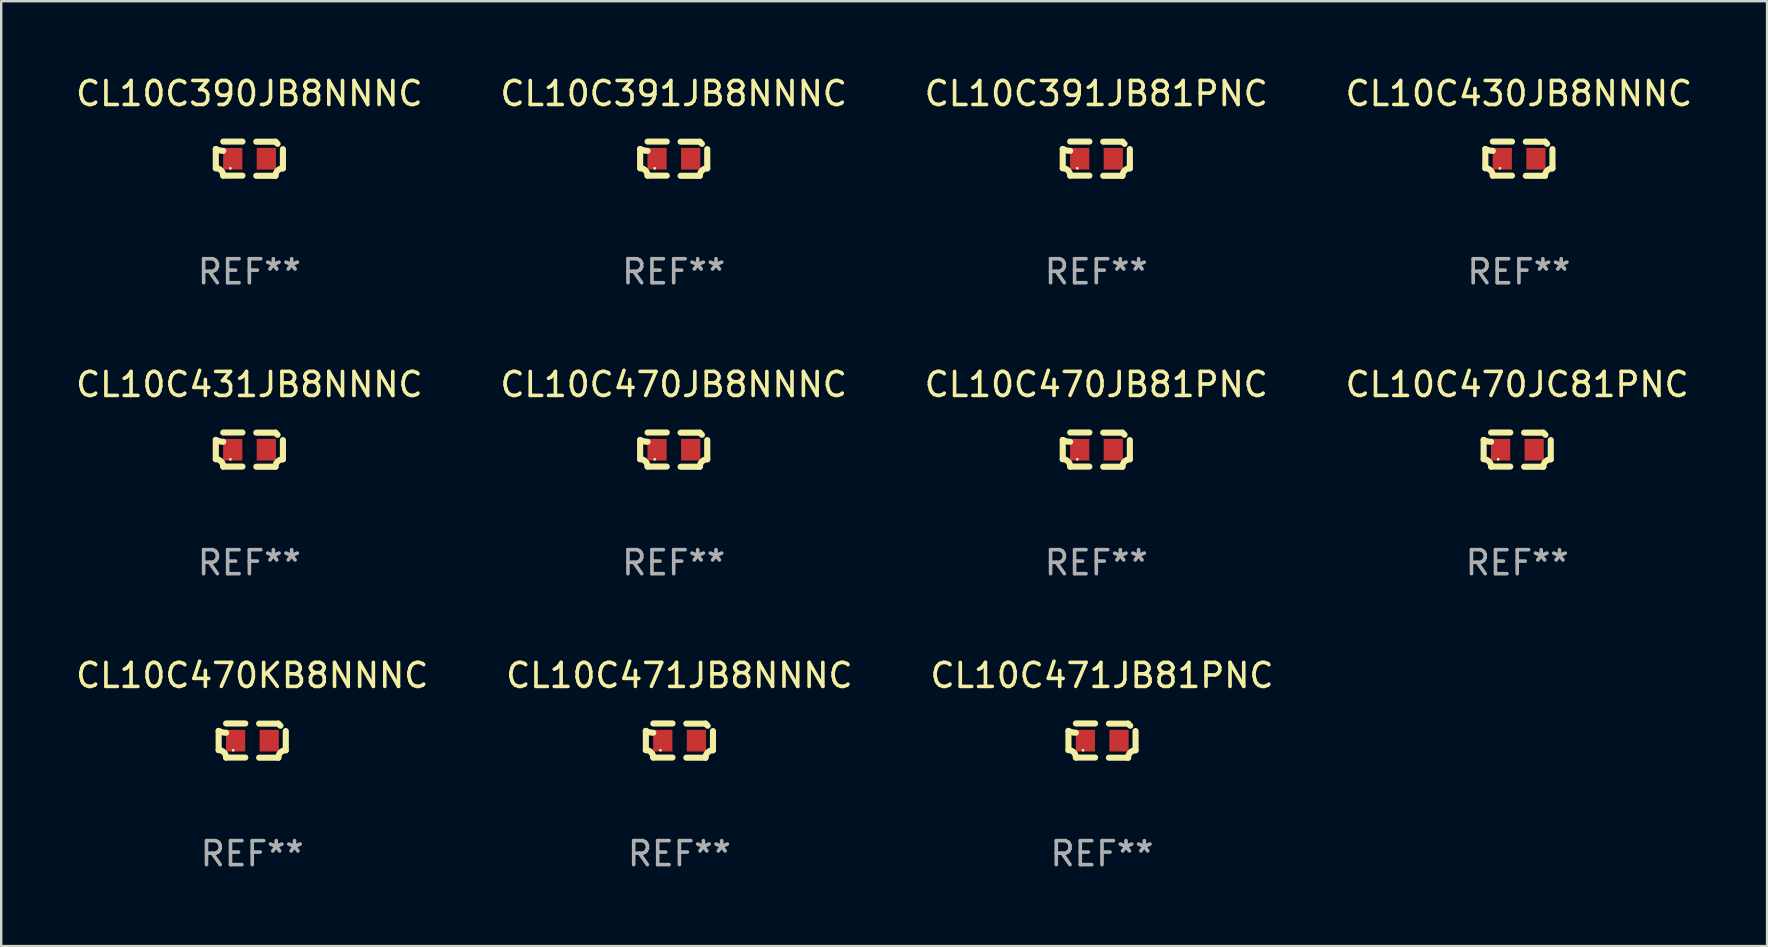
<source format=kicad_pcb>
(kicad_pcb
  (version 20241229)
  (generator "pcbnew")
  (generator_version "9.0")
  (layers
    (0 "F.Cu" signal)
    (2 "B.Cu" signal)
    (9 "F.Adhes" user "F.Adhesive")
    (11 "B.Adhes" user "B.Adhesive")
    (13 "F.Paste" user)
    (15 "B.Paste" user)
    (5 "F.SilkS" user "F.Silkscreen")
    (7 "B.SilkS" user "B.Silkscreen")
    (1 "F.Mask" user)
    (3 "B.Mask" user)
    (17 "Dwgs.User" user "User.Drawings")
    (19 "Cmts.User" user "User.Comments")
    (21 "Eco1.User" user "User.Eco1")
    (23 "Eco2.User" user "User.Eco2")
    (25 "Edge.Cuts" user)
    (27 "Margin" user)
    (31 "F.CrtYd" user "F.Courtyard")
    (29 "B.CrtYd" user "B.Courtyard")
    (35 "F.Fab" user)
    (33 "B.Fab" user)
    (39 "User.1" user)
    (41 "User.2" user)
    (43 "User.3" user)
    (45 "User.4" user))
  (footprint "CL10C470JB81PNC"
    (layer "F.Cu")
    (at 42.625 15.683)
    (property "Reference" "CL10C470JB81PNC" (at 0 -2.713 0) (layer "F.SilkS") (effects (font (size 1 1) (thickness 0.15))))
    (attr through_hole)
    (fp_line (start -1.398 -0.403) (end -1.398 0.397) (stroke (width 0.254) (type solid)) (layer "F.SilkS"))
    (fp_line (start -0.288 -0.713) (end -1.088 -0.713) (stroke (width 0.254) (type solid)) (layer "F.SilkS"))
    (fp_line (start -0.288 0.707) (end -1.088 0.707) (stroke (width 0.254) (type solid)) (layer "F.SilkS"))
    (fp_line (start 0.288 -0.707) (end 1.088 -0.707) (stroke (width 0.254) (type solid)) (layer "F.SilkS"))
    (fp_line (start 0.288 0.713) (end 1.088 0.713) (stroke (width 0.254) (type solid)) (layer "F.SilkS"))
    (fp_line (start 1.398 -0.397) (end 1.398 0.403) (stroke (width 0.254) (type solid)) (layer "F.SilkS"))
    (fp_arc (start -1.397789 0.397066) (mid -1.178701 0.487826) (end -1.08796 0.706922) (stroke (width 0.254001) (type solid)) (layer "F.SilkS"))
    (fp_arc (start -1.08796 -0.327176) (mid -1.247436 -0.346384) (end -1.39779 -0.402908) (stroke (width 0.254001) (type solid)) (layer "F.SilkS"))
    (fp_arc (start 1.087909 0.712738) (mid 1.178656 0.493655) (end 1.397739 0.402908) (stroke (width 0.254001) (type solid)) (layer "F.SilkS"))
    (fp_arc (start 1.175925 -0.618926) (mid 1.131917 -0.662923) (end 1.08791 -0.706922) (stroke (width 0.254001) (type solid)) (layer "F.SilkS"))
    (fp_circle (center -0.792 0.403) (end -0.762 0.403) (stroke (width 0.06) (type solid)) (fill no) (layer "F.SilkS"))
    (fp_text user "REF**" (at 0 4.713 0) (layer "F.Fab") (effects (font (size 1 1) (thickness 0.15))))
    (pad "1" smd rect (at -0.692 0.003) (size 0.8 0.9) (layers "F.Cu" "F.Mask" "F.Paste"))
    (pad "2" smd rect (at 0.708 0.003) (size 0.8 0.9) (layers "F.Cu" "F.Mask" "F.Paste")))
  (footprint "CL10C430JB8NNNC"
    (layer "F.Cu")
    (at 60.232 3.561)
    (property "Reference" "CL10C430JB8NNNC" (at 0 -2.713 0) (layer "F.SilkS") (effects (font (size 1 1) (thickness 0.15))))
    (attr through_hole)
    (fp_line (start -1.398 -0.403) (end -1.398 0.397) (stroke (width 0.254) (type solid)) (layer "F.SilkS"))
    (fp_line (start -0.288 -0.713) (end -1.088 -0.713) (stroke (width 0.254) (type solid)) (layer "F.SilkS"))
    (fp_line (start -0.288 0.707) (end -1.088 0.707) (stroke (width 0.254) (type solid)) (layer "F.SilkS"))
    (fp_line (start 0.288 -0.707) (end 1.088 -0.707) (stroke (width 0.254) (type solid)) (layer "F.SilkS"))
    (fp_line (start 0.288 0.713) (end 1.088 0.713) (stroke (width 0.254) (type solid)) (layer "F.SilkS"))
    (fp_line (start 1.398 -0.397) (end 1.398 0.403) (stroke (width 0.254) (type solid)) (layer "F.SilkS"))
    (fp_arc (start -1.397789 0.397066) (mid -1.178701 0.487826) (end -1.08796 0.706922) (stroke (width 0.254001) (type solid)) (layer "F.SilkS"))
    (fp_arc (start -1.08796 -0.327176) (mid -1.247436 -0.346384) (end -1.39779 -0.402908) (stroke (width 0.254001) (type solid)) (layer "F.SilkS"))
    (fp_arc (start 1.087909 0.712738) (mid 1.178656 0.493655) (end 1.397739 0.402908) (stroke (width 0.254001) (type solid)) (layer "F.SilkS"))
    (fp_arc (start 1.175925 -0.618926) (mid 1.131917 -0.662923) (end 1.08791 -0.706922) (stroke (width 0.254001) (type solid)) (layer "F.SilkS"))
    (fp_circle (center -0.792 0.403) (end -0.762 0.403) (stroke (width 0.06) (type solid)) (fill no) (layer "F.SilkS"))
    (fp_text user "REF**" (at 0 4.713 0) (layer "F.Fab") (effects (font (size 1 1) (thickness 0.15))))
    (pad "1" smd rect (at -0.692 0.003) (size 0.8 0.9) (layers "F.Cu" "F.Mask" "F.Paste"))
    (pad "2" smd rect (at 0.708 0.003) (size 0.8 0.9) (layers "F.Cu" "F.Mask" "F.Paste")))
  (footprint "CL10C470JC81PNC"
    (layer "F.Cu")
    (at 60.161 15.683)
    (property "Reference" "CL10C470JC81PNC" (at 0 -2.713 0) (layer "F.SilkS") (effects (font (size 1 1) (thickness 0.15))))
    (attr through_hole)
    (fp_line (start -1.398 -0.403) (end -1.398 0.397) (stroke (width 0.254) (type solid)) (layer "F.SilkS"))
    (fp_line (start -0.288 -0.713) (end -1.088 -0.713) (stroke (width 0.254) (type solid)) (layer "F.SilkS"))
    (fp_line (start -0.288 0.707) (end -1.088 0.707) (stroke (width 0.254) (type solid)) (layer "F.SilkS"))
    (fp_line (start 0.288 -0.707) (end 1.088 -0.707) (stroke (width 0.254) (type solid)) (layer "F.SilkS"))
    (fp_line (start 0.288 0.713) (end 1.088 0.713) (stroke (width 0.254) (type solid)) (layer "F.SilkS"))
    (fp_line (start 1.398 -0.397) (end 1.398 0.403) (stroke (width 0.254) (type solid)) (layer "F.SilkS"))
    (fp_arc (start -1.397789 0.397066) (mid -1.178701 0.487826) (end -1.08796 0.706922) (stroke (width 0.254001) (type solid)) (layer "F.SilkS"))
    (fp_arc (start -1.08796 -0.327176) (mid -1.247436 -0.346384) (end -1.39779 -0.402908) (stroke (width 0.254001) (type solid)) (layer "F.SilkS"))
    (fp_arc (start 1.087909 0.712738) (mid 1.178656 0.493655) (end 1.397739 0.402908) (stroke (width 0.254001) (type solid)) (layer "F.SilkS"))
    (fp_arc (start 1.175925 -0.618926) (mid 1.131917 -0.662923) (end 1.08791 -0.706922) (stroke (width 0.254001) (type solid)) (layer "F.SilkS"))
    (fp_circle (center -0.792 0.403) (end -0.762 0.403) (stroke (width 0.06) (type solid)) (fill no) (layer "F.SilkS"))
    (fp_text user "REF**" (at 0 4.713 0) (layer "F.Fab") (effects (font (size 1 1) (thickness 0.15))))
    (pad "1" smd rect (at -0.692 0.003) (size 0.8 0.9) (layers "F.Cu" "F.Mask" "F.Paste"))
    (pad "2" smd rect (at 0.708 0.003) (size 0.8 0.9) (layers "F.Cu" "F.Mask" "F.Paste")))
  (footprint "CL10C431JB8NNNC"
    (layer "F.Cu")
    (at 7.339 15.683)
    (property "Reference" "CL10C431JB8NNNC" (at 0 -2.713 0) (layer "F.SilkS") (effects (font (size 1 1) (thickness 0.15))))
    (attr through_hole)
    (fp_line (start -1.398 -0.403) (end -1.398 0.397) (stroke (width 0.254) (type solid)) (layer "F.SilkS"))
    (fp_line (start -0.288 -0.713) (end -1.088 -0.713) (stroke (width 0.254) (type solid)) (layer "F.SilkS"))
    (fp_line (start -0.288 0.707) (end -1.088 0.707) (stroke (width 0.254) (type solid)) (layer "F.SilkS"))
    (fp_line (start 0.288 -0.707) (end 1.088 -0.707) (stroke (width 0.254) (type solid)) (layer "F.SilkS"))
    (fp_line (start 0.288 0.713) (end 1.088 0.713) (stroke (width 0.254) (type solid)) (layer "F.SilkS"))
    (fp_line (start 1.398 -0.397) (end 1.398 0.403) (stroke (width 0.254) (type solid)) (layer "F.SilkS"))
    (fp_arc (start -1.397789 0.397066) (mid -1.178701 0.487826) (end -1.08796 0.706922) (stroke (width 0.254001) (type solid)) (layer "F.SilkS"))
    (fp_arc (start -1.08796 -0.327176) (mid -1.247436 -0.346384) (end -1.39779 -0.402908) (stroke (width 0.254001) (type solid)) (layer "F.SilkS"))
    (fp_arc (start 1.087909 0.712738) (mid 1.178656 0.493655) (end 1.397739 0.402908) (stroke (width 0.254001) (type solid)) (layer "F.SilkS"))
    (fp_arc (start 1.175925 -0.618926) (mid 1.131917 -0.662923) (end 1.08791 -0.706922) (stroke (width 0.254001) (type solid)) (layer "F.SilkS"))
    (fp_circle (center -0.792 0.403) (end -0.762 0.403) (stroke (width 0.06) (type solid)) (fill no) (layer "F.SilkS"))
    (fp_text user "REF**" (at 0 4.713 0) (layer "F.Fab") (effects (font (size 1 1) (thickness 0.15))))
    (pad "1" smd rect (at -0.692 0.003) (size 0.8 0.9) (layers "F.Cu" "F.Mask" "F.Paste"))
    (pad "2" smd rect (at 0.708 0.003) (size 0.8 0.9) (layers "F.Cu" "F.Mask" "F.Paste")))
  (footprint "CL10C471JB81PNC"
    (layer "F.Cu")
    (at 42.863 27.805)
    (property "Reference" "CL10C471JB81PNC" (at 0 -2.713 0) (layer "F.SilkS") (effects (font (size 1 1) (thickness 0.15))))
    (attr through_hole)
    (fp_line (start -1.398 -0.403) (end -1.398 0.397) (stroke (width 0.254) (type solid)) (layer "F.SilkS"))
    (fp_line (start -0.288 -0.713) (end -1.088 -0.713) (stroke (width 0.254) (type solid)) (layer "F.SilkS"))
    (fp_line (start -0.288 0.707) (end -1.088 0.707) (stroke (width 0.254) (type solid)) (layer "F.SilkS"))
    (fp_line (start 0.288 -0.707) (end 1.088 -0.707) (stroke (width 0.254) (type solid)) (layer "F.SilkS"))
    (fp_line (start 0.288 0.713) (end 1.088 0.713) (stroke (width 0.254) (type solid)) (layer "F.SilkS"))
    (fp_line (start 1.398 -0.397) (end 1.398 0.403) (stroke (width 0.254) (type solid)) (layer "F.SilkS"))
    (fp_arc (start -1.397789 0.397066) (mid -1.178701 0.487826) (end -1.08796 0.706922) (stroke (width 0.254001) (type solid)) (layer "F.SilkS"))
    (fp_arc (start -1.08796 -0.327176) (mid -1.247436 -0.346384) (end -1.39779 -0.402908) (stroke (width 0.254001) (type solid)) (layer "F.SilkS"))
    (fp_arc (start 1.087909 0.712738) (mid 1.178656 0.493655) (end 1.397739 0.402908) (stroke (width 0.254001) (type solid)) (layer "F.SilkS"))
    (fp_arc (start 1.175925 -0.618926) (mid 1.131917 -0.662923) (end 1.08791 -0.706922) (stroke (width 0.254001) (type solid)) (layer "F.SilkS"))
    (fp_circle (center -0.792 0.403) (end -0.762 0.403) (stroke (width 0.06) (type solid)) (fill no) (layer "F.SilkS"))
    (fp_text user "REF**" (at 0 4.713 0) (layer "F.Fab") (effects (font (size 1 1) (thickness 0.15))))
    (pad "1" smd rect (at -0.692 0.003) (size 0.8 0.9) (layers "F.Cu" "F.Mask" "F.Paste"))
    (pad "2" smd rect (at 0.708 0.003) (size 0.8 0.9) (layers "F.Cu" "F.Mask" "F.Paste")))
  (footprint "CL10C470JB8NNNC"
    (layer "F.Cu")
    (at 25.018 15.683)
    (property "Reference" "CL10C470JB8NNNC" (at 0 -2.713 0) (layer "F.SilkS") (effects (font (size 1 1) (thickness 0.15))))
    (attr through_hole)
    (fp_line (start -1.398 -0.403) (end -1.398 0.397) (stroke (width 0.254) (type solid)) (layer "F.SilkS"))
    (fp_line (start -0.288 -0.713) (end -1.088 -0.713) (stroke (width 0.254) (type solid)) (layer "F.SilkS"))
    (fp_line (start -0.288 0.707) (end -1.088 0.707) (stroke (width 0.254) (type solid)) (layer "F.SilkS"))
    (fp_line (start 0.288 -0.707) (end 1.088 -0.707) (stroke (width 0.254) (type solid)) (layer "F.SilkS"))
    (fp_line (start 0.288 0.713) (end 1.088 0.713) (stroke (width 0.254) (type solid)) (layer "F.SilkS"))
    (fp_line (start 1.398 -0.397) (end 1.398 0.403) (stroke (width 0.254) (type solid)) (layer "F.SilkS"))
    (fp_arc (start -1.397789 0.397066) (mid -1.178701 0.487826) (end -1.08796 0.706922) (stroke (width 0.254001) (type solid)) (layer "F.SilkS"))
    (fp_arc (start -1.08796 -0.327176) (mid -1.247436 -0.346384) (end -1.39779 -0.402908) (stroke (width 0.254001) (type solid)) (layer "F.SilkS"))
    (fp_arc (start 1.087909 0.712738) (mid 1.178656 0.493655) (end 1.397739 0.402908) (stroke (width 0.254001) (type solid)) (layer "F.SilkS"))
    (fp_arc (start 1.175925 -0.618926) (mid 1.131917 -0.662923) (end 1.08791 -0.706922) (stroke (width 0.254001) (type solid)) (layer "F.SilkS"))
    (fp_circle (center -0.792 0.403) (end -0.762 0.403) (stroke (width 0.06) (type solid)) (fill no) (layer "F.SilkS"))
    (fp_text user "REF**" (at 0 4.713 0) (layer "F.Fab") (effects (font (size 1 1) (thickness 0.15))))
    (pad "1" smd rect (at -0.692 0.003) (size 0.8 0.9) (layers "F.Cu" "F.Mask" "F.Paste"))
    (pad "2" smd rect (at 0.708 0.003) (size 0.8 0.9) (layers "F.Cu" "F.Mask" "F.Paste")))
  (footprint "CL10C390JB8NNNC"
    (layer "F.Cu")
    (at 7.339 3.561)
    (property "Reference" "CL10C390JB8NNNC" (at 0 -2.713 0) (layer "F.SilkS") (effects (font (size 1 1) (thickness 0.15))))
    (attr through_hole)
    (fp_line (start -1.398 -0.403) (end -1.398 0.397) (stroke (width 0.254) (type solid)) (layer "F.SilkS"))
    (fp_line (start -0.288 -0.713) (end -1.088 -0.713) (stroke (width 0.254) (type solid)) (layer "F.SilkS"))
    (fp_line (start -0.288 0.707) (end -1.088 0.707) (stroke (width 0.254) (type solid)) (layer "F.SilkS"))
    (fp_line (start 0.288 -0.707) (end 1.088 -0.707) (stroke (width 0.254) (type solid)) (layer "F.SilkS"))
    (fp_line (start 0.288 0.713) (end 1.088 0.713) (stroke (width 0.254) (type solid)) (layer "F.SilkS"))
    (fp_line (start 1.398 -0.397) (end 1.398 0.403) (stroke (width 0.254) (type solid)) (layer "F.SilkS"))
    (fp_arc (start -1.397789 0.397066) (mid -1.178701 0.487826) (end -1.08796 0.706922) (stroke (width 0.254001) (type solid)) (layer "F.SilkS"))
    (fp_arc (start -1.08796 -0.327176) (mid -1.247436 -0.346384) (end -1.39779 -0.402908) (stroke (width 0.254001) (type solid)) (layer "F.SilkS"))
    (fp_arc (start 1.087909 0.712738) (mid 1.178656 0.493655) (end 1.397739 0.402908) (stroke (width 0.254001) (type solid)) (layer "F.SilkS"))
    (fp_arc (start 1.175925 -0.618926) (mid 1.131917 -0.662923) (end 1.08791 -0.706922) (stroke (width 0.254001) (type solid)) (layer "F.SilkS"))
    (fp_circle (center -0.792 0.403) (end -0.762 0.403) (stroke (width 0.06) (type solid)) (fill no) (layer "F.SilkS"))
    (fp_text user "REF**" (at 0 4.713 0) (layer "F.Fab") (effects (font (size 1 1) (thickness 0.15))))
    (pad "1" smd rect (at -0.692 0.003) (size 0.8 0.9) (layers "F.Cu" "F.Mask" "F.Paste"))
    (pad "2" smd rect (at 0.708 0.003) (size 0.8 0.9) (layers "F.Cu" "F.Mask" "F.Paste")))
  (footprint "CL10C391JB81PNC"
    (layer "F.Cu")
    (at 42.625 3.561)
    (property "Reference" "CL10C391JB81PNC" (at 0 -2.713 0) (layer "F.SilkS") (effects (font (size 1 1) (thickness 0.15))))
    (attr through_hole)
    (fp_line (start -1.398 -0.403) (end -1.398 0.397) (stroke (width 0.254) (type solid)) (layer "F.SilkS"))
    (fp_line (start -0.288 -0.713) (end -1.088 -0.713) (stroke (width 0.254) (type solid)) (layer "F.SilkS"))
    (fp_line (start -0.288 0.707) (end -1.088 0.707) (stroke (width 0.254) (type solid)) (layer "F.SilkS"))
    (fp_line (start 0.288 -0.707) (end 1.088 -0.707) (stroke (width 0.254) (type solid)) (layer "F.SilkS"))
    (fp_line (start 0.288 0.713) (end 1.088 0.713) (stroke (width 0.254) (type solid)) (layer "F.SilkS"))
    (fp_line (start 1.398 -0.397) (end 1.398 0.403) (stroke (width 0.254) (type solid)) (layer "F.SilkS"))
    (fp_arc (start -1.397789 0.397066) (mid -1.178701 0.487826) (end -1.08796 0.706922) (stroke (width 0.254001) (type solid)) (layer "F.SilkS"))
    (fp_arc (start -1.08796 -0.327176) (mid -1.247436 -0.346384) (end -1.39779 -0.402908) (stroke (width 0.254001) (type solid)) (layer "F.SilkS"))
    (fp_arc (start 1.087909 0.712738) (mid 1.178656 0.493655) (end 1.397739 0.402908) (stroke (width 0.254001) (type solid)) (layer "F.SilkS"))
    (fp_arc (start 1.175925 -0.618926) (mid 1.131917 -0.662923) (end 1.08791 -0.706922) (stroke (width 0.254001) (type solid)) (layer "F.SilkS"))
    (fp_circle (center -0.792 0.403) (end -0.762 0.403) (stroke (width 0.06) (type solid)) (fill no) (layer "F.SilkS"))
    (fp_text user "REF**" (at 0 4.713 0) (layer "F.Fab") (effects (font (size 1 1) (thickness 0.15))))
    (pad "1" smd rect (at -0.692 0.003) (size 0.8 0.9) (layers "F.Cu" "F.Mask" "F.Paste"))
    (pad "2" smd rect (at 0.708 0.003) (size 0.8 0.9) (layers "F.Cu" "F.Mask" "F.Paste")))
  (footprint "CL10C391JB8NNNC"
    (layer "F.Cu")
    (at 25.018 3.561)
    (property "Reference" "CL10C391JB8NNNC" (at 0 -2.713 0) (layer "F.SilkS") (effects (font (size 1 1) (thickness 0.15))))
    (attr through_hole)
    (fp_line (start -1.398 -0.403) (end -1.398 0.397) (stroke (width 0.254) (type solid)) (layer "F.SilkS"))
    (fp_line (start -0.288 -0.713) (end -1.088 -0.713) (stroke (width 0.254) (type solid)) (layer "F.SilkS"))
    (fp_line (start -0.288 0.707) (end -1.088 0.707) (stroke (width 0.254) (type solid)) (layer "F.SilkS"))
    (fp_line (start 0.288 -0.707) (end 1.088 -0.707) (stroke (width 0.254) (type solid)) (layer "F.SilkS"))
    (fp_line (start 0.288 0.713) (end 1.088 0.713) (stroke (width 0.254) (type solid)) (layer "F.SilkS"))
    (fp_line (start 1.398 -0.397) (end 1.398 0.403) (stroke (width 0.254) (type solid)) (layer "F.SilkS"))
    (fp_arc (start -1.397789 0.397066) (mid -1.178701 0.487826) (end -1.08796 0.706922) (stroke (width 0.254001) (type solid)) (layer "F.SilkS"))
    (fp_arc (start -1.08796 -0.327176) (mid -1.247436 -0.346384) (end -1.39779 -0.402908) (stroke (width 0.254001) (type solid)) (layer "F.SilkS"))
    (fp_arc (start 1.087909 0.712738) (mid 1.178656 0.493655) (end 1.397739 0.402908) (stroke (width 0.254001) (type solid)) (layer "F.SilkS"))
    (fp_arc (start 1.175925 -0.618926) (mid 1.131917 -0.662923) (end 1.08791 -0.706922) (stroke (width 0.254001) (type solid)) (layer "F.SilkS"))
    (fp_circle (center -0.792 0.403) (end -0.762 0.403) (stroke (width 0.06) (type solid)) (fill no) (layer "F.SilkS"))
    (fp_text user "REF**" (at 0 4.713 0) (layer "F.Fab") (effects (font (size 1 1) (thickness 0.15))))
    (pad "1" smd rect (at -0.692 0.003) (size 0.8 0.9) (layers "F.Cu" "F.Mask" "F.Paste"))
    (pad "2" smd rect (at 0.708 0.003) (size 0.8 0.9) (layers "F.Cu" "F.Mask" "F.Paste")))
  (footprint "CL10C471JB8NNNC"
    (layer "F.Cu")
    (at 25.256 27.805)
    (property "Reference" "CL10C471JB8NNNC" (at 0 -2.713 0) (layer "F.SilkS") (effects (font (size 1 1) (thickness 0.15))))
    (attr through_hole)
    (fp_line (start -1.398 -0.403) (end -1.398 0.397) (stroke (width 0.254) (type solid)) (layer "F.SilkS"))
    (fp_line (start -0.288 -0.713) (end -1.088 -0.713) (stroke (width 0.254) (type solid)) (layer "F.SilkS"))
    (fp_line (start -0.288 0.707) (end -1.088 0.707) (stroke (width 0.254) (type solid)) (layer "F.SilkS"))
    (fp_line (start 0.288 -0.707) (end 1.088 -0.707) (stroke (width 0.254) (type solid)) (layer "F.SilkS"))
    (fp_line (start 0.288 0.713) (end 1.088 0.713) (stroke (width 0.254) (type solid)) (layer "F.SilkS"))
    (fp_line (start 1.398 -0.397) (end 1.398 0.403) (stroke (width 0.254) (type solid)) (layer "F.SilkS"))
    (fp_arc (start -1.397789 0.397066) (mid -1.178701 0.487826) (end -1.08796 0.706922) (stroke (width 0.254001) (type solid)) (layer "F.SilkS"))
    (fp_arc (start -1.08796 -0.327176) (mid -1.247436 -0.346384) (end -1.39779 -0.402908) (stroke (width 0.254001) (type solid)) (layer "F.SilkS"))
    (fp_arc (start 1.087909 0.712738) (mid 1.178656 0.493655) (end 1.397739 0.402908) (stroke (width 0.254001) (type solid)) (layer "F.SilkS"))
    (fp_arc (start 1.175925 -0.618926) (mid 1.131917 -0.662923) (end 1.08791 -0.706922) (stroke (width 0.254001) (type solid)) (layer "F.SilkS"))
    (fp_circle (center -0.792 0.403) (end -0.762 0.403) (stroke (width 0.06) (type solid)) (fill no) (layer "F.SilkS"))
    (fp_text user "REF**" (at 0 4.713 0) (layer "F.Fab") (effects (font (size 1 1) (thickness 0.15))))
    (pad "1" smd rect (at -0.692 0.003) (size 0.8 0.9) (layers "F.Cu" "F.Mask" "F.Paste"))
    (pad "2" smd rect (at 0.708 0.003) (size 0.8 0.9) (layers "F.Cu" "F.Mask" "F.Paste")))
  (footprint "CL10C470KB8NNNC"
    (layer "F.Cu")
    (at 7.458 27.805)
    (property "Reference" "CL10C470KB8NNNC" (at 0 -2.713 0) (layer "F.SilkS") (effects (font (size 1 1) (thickness 0.15))))
    (attr through_hole)
    (fp_line (start -1.398 -0.403) (end -1.398 0.397) (stroke (width 0.254) (type solid)) (layer "F.SilkS"))
    (fp_line (start -0.288 -0.713) (end -1.088 -0.713) (stroke (width 0.254) (type solid)) (layer "F.SilkS"))
    (fp_line (start -0.288 0.707) (end -1.088 0.707) (stroke (width 0.254) (type solid)) (layer "F.SilkS"))
    (fp_line (start 0.288 -0.707) (end 1.088 -0.707) (stroke (width 0.254) (type solid)) (layer "F.SilkS"))
    (fp_line (start 0.288 0.713) (end 1.088 0.713) (stroke (width 0.254) (type solid)) (layer "F.SilkS"))
    (fp_line (start 1.398 -0.397) (end 1.398 0.403) (stroke (width 0.254) (type solid)) (layer "F.SilkS"))
    (fp_arc (start -1.397789 0.397066) (mid -1.178701 0.487826) (end -1.08796 0.706922) (stroke (width 0.254001) (type solid)) (layer "F.SilkS"))
    (fp_arc (start -1.08796 -0.327176) (mid -1.247436 -0.346384) (end -1.39779 -0.402908) (stroke (width 0.254001) (type solid)) (layer "F.SilkS"))
    (fp_arc (start 1.087909 0.712738) (mid 1.178656 0.493655) (end 1.397739 0.402908) (stroke (width 0.254001) (type solid)) (layer "F.SilkS"))
    (fp_arc (start 1.175925 -0.618926) (mid 1.131917 -0.662923) (end 1.08791 -0.706922) (stroke (width 0.254001) (type solid)) (layer "F.SilkS"))
    (fp_circle (center -0.792 0.403) (end -0.762 0.403) (stroke (width 0.06) (type solid)) (fill no) (layer "F.SilkS"))
    (fp_text user "REF**" (at 0 4.713 0) (layer "F.Fab") (effects (font (size 1 1) (thickness 0.15))))
    (pad "1" smd rect (at -0.692 0.003) (size 0.8 0.9) (layers "F.Cu" "F.Mask" "F.Paste"))
    (pad "2" smd rect (at 0.708 0.003) (size 0.8 0.9) (layers "F.Cu" "F.Mask" "F.Paste")))
  (gr_rect
    (start -3 -3)
    (end 70.571 36.366)
    (stroke (width 0.1) (type default))
    (fill no)
    (layer "Edge.Cuts")))
</source>
